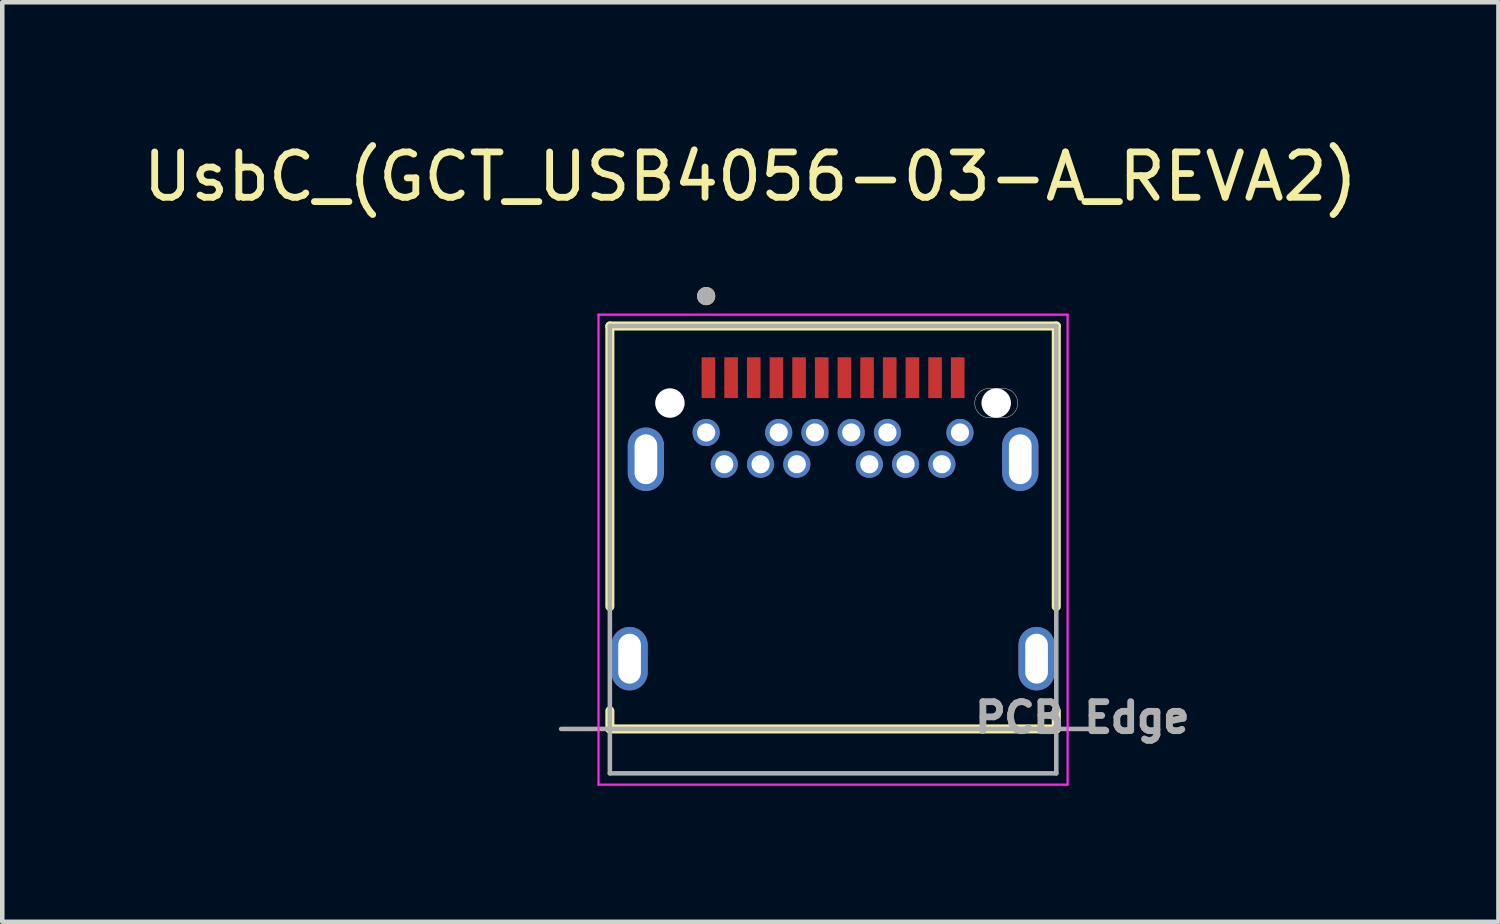
<source format=kicad_pcb>
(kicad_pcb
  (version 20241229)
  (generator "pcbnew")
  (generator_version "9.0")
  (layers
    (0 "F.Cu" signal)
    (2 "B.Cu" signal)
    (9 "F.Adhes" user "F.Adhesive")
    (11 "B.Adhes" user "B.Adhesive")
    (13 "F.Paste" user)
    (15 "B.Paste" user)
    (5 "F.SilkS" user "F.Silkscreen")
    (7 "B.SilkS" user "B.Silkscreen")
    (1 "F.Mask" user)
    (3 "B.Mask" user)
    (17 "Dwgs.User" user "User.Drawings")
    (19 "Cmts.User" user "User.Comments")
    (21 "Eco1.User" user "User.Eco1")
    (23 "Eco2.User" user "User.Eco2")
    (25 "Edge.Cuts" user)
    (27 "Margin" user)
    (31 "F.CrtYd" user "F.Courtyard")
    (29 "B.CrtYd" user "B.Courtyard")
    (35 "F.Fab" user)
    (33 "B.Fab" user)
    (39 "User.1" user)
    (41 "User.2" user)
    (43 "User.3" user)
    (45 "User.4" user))
  (footprint "UsbC_(GCT_USB4056-03-A_REVA2)"
    (layer "F.Cu")
    (at 15.331 11.483)
    (property "Reference" "UsbC_(GCT_USB4056-03-A_REVA2)" (at -1.825 -10.635 0) (layer "F.SilkS") (effects (font (size 1 1) (thickness 0.15))))
    (attr through_hole)
    (fp_poly (pts (xy 3.025 -5.64) (xy 3.026 -5.662) (xy 3.027 -5.684) (xy 3.03 -5.706) (xy 3.034 -5.728) (xy 3.039 -5.75) (xy 3.046 -5.771) (xy 3.053 -5.792) (xy 3.062 -5.813) (xy 3.071 -5.833) (xy 3.082 -5.853) (xy 3.094 -5.871) (xy 3.106 -5.89) (xy 3.12 -5.907) (xy 3.134 -5.924) (xy 3.149 -5.941) (xy 3.166 -5.956) (xy 3.183 -5.97) (xy 3.2 -5.984) (xy 3.219 -5.996) (xy 3.237 -6.008) (xy 3.257 -6.019) (xy 3.277 -6.028) (xy 3.298 -6.037) (xy 3.319 -6.044) (xy 3.34 -6.051) (xy 3.362 -6.056) (xy 3.384 -6.06) (xy 3.406 -6.063) (xy 3.428 -6.064) (xy 3.45 -6.065) (xy 3.75 -6.065) (xy 3.772 -6.064) (xy 3.794 -6.063) (xy 3.816 -6.06) (xy 3.838 -6.056) (xy 3.86 -6.051) (xy 3.881 -6.044) (xy 3.902 -6.037) (xy 3.923 -6.028) (xy 3.943 -6.019) (xy 3.962 -6.008) (xy 3.981 -5.996) (xy 4 -5.984) (xy 4.017 -5.97) (xy 4.034 -5.956) (xy 4.051 -5.941) (xy 4.066 -5.924) (xy 4.08 -5.907) (xy 4.094 -5.89) (xy 4.106 -5.871) (xy 4.118 -5.853) (xy 4.129 -5.833) (xy 4.138 -5.813) (xy 4.147 -5.792) (xy 4.154 -5.771) (xy 4.161 -5.75) (xy 4.166 -5.728) (xy 4.17 -5.706) (xy 4.173 -5.684) (xy 4.174 -5.662) (xy 4.175 -5.64) (xy 4.174 -5.618) (xy 4.173 -5.596) (xy 4.17 -5.574) (xy 4.166 -5.552) (xy 4.161 -5.53) (xy 4.154 -5.509) (xy 4.147 -5.488) (xy 4.138 -5.467) (xy 4.129 -5.447) (xy 4.118 -5.428) (xy 4.106 -5.409) (xy 4.094 -5.39) (xy 4.08 -5.373) (xy 4.066 -5.356) (xy 4.051 -5.339) (xy 4.034 -5.324) (xy 4.017 -5.31) (xy 4 -5.296) (xy 3.981 -5.284) (xy 3.962 -5.272) (xy 3.943 -5.261) (xy 3.923 -5.252) (xy 3.902 -5.243) (xy 3.881 -5.236) (xy 3.86 -5.229) (xy 3.838 -5.224) (xy 3.816 -5.22) (xy 3.794 -5.217) (xy 3.772 -5.216) (xy 3.75 -5.215) (xy 3.45 -5.215) (xy 3.428 -5.216) (xy 3.406 -5.217) (xy 3.384 -5.22) (xy 3.362 -5.224) (xy 3.34 -5.229) (xy 3.319 -5.236) (xy 3.298 -5.243) (xy 3.277 -5.252) (xy 3.257 -5.261) (xy 3.237 -5.272) (xy 3.219 -5.284) (xy 3.2 -5.296) (xy 3.183 -5.31) (xy 3.166 -5.324) (xy 3.149 -5.339) (xy 3.134 -5.356) (xy 3.12 -5.373) (xy 3.106 -5.39) (xy 3.094 -5.409) (xy 3.082 -5.428) (xy 3.071 -5.447) (xy 3.062 -5.467) (xy 3.053 -5.488) (xy 3.046 -5.509) (xy 3.039 -5.53) (xy 3.034 -5.552) (xy 3.03 -5.574) (xy 3.027 -5.596) (xy 3.026 -5.618) (xy 3.025 -5.64)) (stroke (width 0.01) (type solid)) (fill yes) (layer "F.Mask"))
    (fp_poly (pts (xy 3.025 -5.64) (xy 3.026 -5.662) (xy 3.027 -5.684) (xy 3.03 -5.706) (xy 3.034 -5.728) (xy 3.039 -5.75) (xy 3.046 -5.771) (xy 3.053 -5.792) (xy 3.062 -5.813) (xy 3.071 -5.833) (xy 3.082 -5.853) (xy 3.094 -5.871) (xy 3.106 -5.89) (xy 3.12 -5.907) (xy 3.134 -5.924) (xy 3.149 -5.941) (xy 3.166 -5.956) (xy 3.183 -5.97) (xy 3.2 -5.984) (xy 3.219 -5.996) (xy 3.237 -6.008) (xy 3.257 -6.019) (xy 3.277 -6.028) (xy 3.298 -6.037) (xy 3.319 -6.044) (xy 3.34 -6.051) (xy 3.362 -6.056) (xy 3.384 -6.06) (xy 3.406 -6.063) (xy 3.428 -6.064) (xy 3.45 -6.065) (xy 3.75 -6.065) (xy 3.772 -6.064) (xy 3.794 -6.063) (xy 3.816 -6.06) (xy 3.838 -6.056) (xy 3.86 -6.051) (xy 3.881 -6.044) (xy 3.902 -6.037) (xy 3.923 -6.028) (xy 3.943 -6.019) (xy 3.962 -6.008) (xy 3.981 -5.996) (xy 4 -5.984) (xy 4.017 -5.97) (xy 4.034 -5.956) (xy 4.051 -5.941) (xy 4.066 -5.924) (xy 4.08 -5.907) (xy 4.094 -5.89) (xy 4.106 -5.871) (xy 4.118 -5.853) (xy 4.129 -5.833) (xy 4.138 -5.813) (xy 4.147 -5.792) (xy 4.154 -5.771) (xy 4.161 -5.75) (xy 4.166 -5.728) (xy 4.17 -5.706) (xy 4.173 -5.684) (xy 4.174 -5.662) (xy 4.175 -5.64) (xy 4.174 -5.618) (xy 4.173 -5.596) (xy 4.17 -5.574) (xy 4.166 -5.552) (xy 4.161 -5.53) (xy 4.154 -5.509) (xy 4.147 -5.488) (xy 4.138 -5.467) (xy 4.129 -5.447) (xy 4.118 -5.428) (xy 4.106 -5.409) (xy 4.094 -5.39) (xy 4.08 -5.373) (xy 4.066 -5.356) (xy 4.051 -5.339) (xy 4.034 -5.324) (xy 4.017 -5.31) (xy 4 -5.296) (xy 3.981 -5.284) (xy 3.962 -5.272) (xy 3.943 -5.261) (xy 3.923 -5.252) (xy 3.902 -5.243) (xy 3.881 -5.236) (xy 3.86 -5.229) (xy 3.838 -5.224) (xy 3.816 -5.22) (xy 3.794 -5.217) (xy 3.772 -5.216) (xy 3.75 -5.215) (xy 3.45 -5.215) (xy 3.428 -5.216) (xy 3.406 -5.217) (xy 3.384 -5.22) (xy 3.362 -5.224) (xy 3.34 -5.229) (xy 3.319 -5.236) (xy 3.298 -5.243) (xy 3.277 -5.252) (xy 3.257 -5.261) (xy 3.237 -5.272) (xy 3.219 -5.284) (xy 3.2 -5.296) (xy 3.183 -5.31) (xy 3.166 -5.324) (xy 3.149 -5.339) (xy 3.134 -5.356) (xy 3.12 -5.373) (xy 3.106 -5.39) (xy 3.094 -5.409) (xy 3.082 -5.428) (xy 3.071 -5.447) (xy 3.062 -5.467) (xy 3.053 -5.488) (xy 3.046 -5.509) (xy 3.039 -5.53) (xy 3.034 -5.552) (xy 3.03 -5.574) (xy 3.027 -5.596) (xy 3.026 -5.618) (xy 3.025 -5.64)) (stroke (width 0.01) (type solid)) (fill yes) (layer "B.Mask"))
    (fp_line (start -4.925 -7.34) (end -4.925 -1.15) (stroke (width 0.2) (type solid)) (layer "F.SilkS"))
    (fp_line (start -4.925 -7.34) (end 4.925 -7.34) (stroke (width 0.2) (type solid)) (layer "F.SilkS"))
    (fp_line (start -4.925 1.55) (end -4.925 1.15) (stroke (width 0.2) (type solid)) (layer "F.SilkS"))
    (fp_line (start -4.925 1.55) (end 4.925 1.55) (stroke (width 0.2) (type solid)) (layer "F.SilkS"))
    (fp_line (start 4.925 -1.15) (end 4.925 -7.34) (stroke (width 0.2) (type solid)) (layer "F.SilkS"))
    (fp_line (start 4.925 1.55) (end 4.925 1.15) (stroke (width 0.2) (type solid)) (layer "F.SilkS"))
    (fp_circle (center -2.8 -8) (end -2.7 -8) (stroke (width 0.2) (type solid)) (fill no) (layer "F.SilkS"))
    (fp_line (start 3.45 -5.965) (end 3.75 -5.965) (stroke (width 0.01) (type solid)) (layer "Edge.Cuts"))
    (fp_line (start 3.75 -5.315) (end 3.45 -5.315) (stroke (width 0.01) (type solid)) (layer "Edge.Cuts"))
    (fp_arc (start 3.125 -5.64) (mid 3.22019 -5.86981) (end 3.45 -5.965) (stroke (width 0.01) (type solid)) (layer "Edge.Cuts"))
    (fp_arc (start 3.45 -5.315) (mid 3.22019 -5.41019) (end 3.125 -5.64) (stroke (width 0.01) (type solid)) (layer "Edge.Cuts"))
    (fp_arc (start 3.75 -5.965) (mid 3.97981 -5.86981) (end 4.075 -5.64) (stroke (width 0.01) (type solid)) (layer "Edge.Cuts"))
    (fp_arc (start 4.075 -5.64) (mid 3.97981 -5.41019) (end 3.75 -5.315) (stroke (width 0.01) (type solid)) (layer "Edge.Cuts"))
    (fp_line (start -5.175 -7.59) (end 5.175 -7.59) (stroke (width 0.05) (type solid)) (layer "F.CrtYd"))
    (fp_line (start -5.175 2.78) (end -5.175 -7.59) (stroke (width 0.05) (type solid)) (layer "F.CrtYd"))
    (fp_line (start -5.175 2.78) (end 5.175 2.78) (stroke (width 0.05) (type solid)) (layer "F.CrtYd"))
    (fp_line (start 5.175 2.78) (end 5.175 -7.59) (stroke (width 0.05) (type solid)) (layer "F.CrtYd"))
    (fp_line (start -6 1.55) (end 6 1.55) (stroke (width 0.1) (type solid)) (layer "F.Fab"))
    (fp_line (start -4.925 -7.34) (end 4.925 -7.34) (stroke (width 0.1) (type solid)) (layer "F.Fab"))
    (fp_line (start -4.925 2.53) (end -4.925 -7.34) (stroke (width 0.1) (type solid)) (layer "F.Fab"))
    (fp_line (start -4.925 2.53) (end 4.925 2.53) (stroke (width 0.1) (type solid)) (layer "F.Fab"))
    (fp_line (start 4.925 2.53) (end 4.925 -7.34) (stroke (width 0.1) (type solid)) (layer "F.Fab"))
    (fp_circle (center -2.8 -8) (end -2.7 -8) (stroke (width 0.2) (type solid)) (fill no) (layer "F.Fab"))
    (fp_text user "PCB Edge" (at 5.5 1.3 0) (layer "F.Fab") (effects (font (size 0.64 0.64) (thickness 0.15))))
    (pad "" np_thru_hole circle (at -3.6 -5.64) (size 0.65 0.65) (drill 0.65) (layers "*.Cu" "*.Mask"))
    (pad "" np_thru_hole circle (at 3.6 -5.64) (size 0.65 0.65) (drill 0.65) (layers "*.Cu" "*.Mask"))
    (pad "A1" smd rect (at -2.75 -6.2) (size 0.3 0.9) (layers "F.Cu" "F.Mask" "F.Paste"))
    (pad "A2" smd rect (at -2.25 -6.2) (size 0.3 0.9) (layers "F.Cu" "F.Mask" "F.Paste"))
    (pad "A3" smd rect (at -1.75 -6.2) (size 0.3 0.9) (layers "F.Cu" "F.Mask" "F.Paste"))
    (pad "A4" smd rect (at -1.25 -6.2) (size 0.3 0.9) (layers "F.Cu" "F.Mask" "F.Paste"))
    (pad "A5" smd rect (at -0.75 -6.2) (size 0.3 0.9) (layers "F.Cu" "F.Mask" "F.Paste"))
    (pad "A6" smd rect (at -0.25 -6.2) (size 0.3 0.9) (layers "F.Cu" "F.Mask" "F.Paste"))
    (pad "A7" smd rect (at 0.25 -6.2) (size 0.3 0.9) (layers "F.Cu" "F.Mask" "F.Paste"))
    (pad "A8" smd rect (at 0.75 -6.2) (size 0.3 0.9) (layers "F.Cu" "F.Mask" "F.Paste"))
    (pad "A9" smd rect (at 1.25 -6.2) (size 0.3 0.9) (layers "F.Cu" "F.Mask" "F.Paste"))
    (pad "A10" smd rect (at 1.75 -6.2) (size 0.3 0.9) (layers "F.Cu" "F.Mask" "F.Paste"))
    (pad "A11" smd rect (at 2.25 -6.2) (size 0.3 0.9) (layers "F.Cu" "F.Mask" "F.Paste"))
    (pad "A12" smd rect (at 2.75 -6.2) (size 0.3 0.9) (layers "F.Cu" "F.Mask" "F.Paste"))
    (pad "B1" thru_hole circle (at 2.8 -4.99) (size 0.6 0.6) (drill 0.4) (layers "*.Cu" "*.Mask"))
    (pad "B2" thru_hole circle (at 2.4 -4.29) (size 0.6 0.6) (drill 0.4) (layers "*.Cu" "*.Mask"))
    (pad "B3" thru_hole circle (at 1.6 -4.29) (size 0.6 0.6) (drill 0.4) (layers "*.Cu" "*.Mask"))
    (pad "B4" thru_hole circle (at 1.2 -4.99) (size 0.6 0.6) (drill 0.4) (layers "*.Cu" "*.Mask"))
    (pad "B5" thru_hole circle (at 0.8 -4.29) (size 0.6 0.6) (drill 0.4) (layers "*.Cu" "*.Mask"))
    (pad "B6" thru_hole circle (at 0.4 -4.99) (size 0.6 0.6) (drill 0.4) (layers "*.Cu" "*.Mask"))
    (pad "B7" thru_hole circle (at -0.4 -4.99) (size 0.6 0.6) (drill 0.4) (layers "*.Cu" "*.Mask"))
    (pad "B8" thru_hole circle (at -0.8 -4.29) (size 0.6 0.6) (drill 0.4) (layers "*.Cu" "*.Mask"))
    (pad "B9" thru_hole circle (at -1.2 -4.99) (size 0.6 0.6) (drill 0.4) (layers "*.Cu" "*.Mask"))
    (pad "B10" thru_hole circle (at -1.6 -4.29) (size 0.6 0.6) (drill 0.4) (layers "*.Cu" "*.Mask"))
    (pad "B11" thru_hole circle (at -2.4 -4.29) (size 0.6 0.6) (drill 0.4) (layers "*.Cu" "*.Mask"))
    (pad "B12" thru_hole circle (at -2.8 -4.99) (size 0.6 0.6) (drill 0.4) (layers "*.Cu" "*.Mask"))
    (pad "S1" thru_hole oval (at -4.13 -4.4) (size 0.8 1.4) (drill oval 0.5 1.1) (layers "*.Cu" "*.Mask"))
    (pad "S2" thru_hole oval (at 4.13 -4.4) (size 0.8 1.4) (drill oval 0.5 1.1) (layers "*.Cu" "*.Mask"))
    (pad "S3" thru_hole oval (at -4.49 0) (size 0.8 1.4) (drill oval 0.5 1.1) (layers "*.Cu" "*.Mask"))
    (pad "S4" thru_hole oval (at 4.49 0) (size 0.8 1.4) (drill oval 0.5 1.1) (layers "*.Cu" "*.Mask")))
  (gr_rect
    (start -3 -3)
    (end 30.012 17.288)
    (stroke (width 0.1) (type default))
    (fill no)
    (layer "Edge.Cuts")))
</source>
